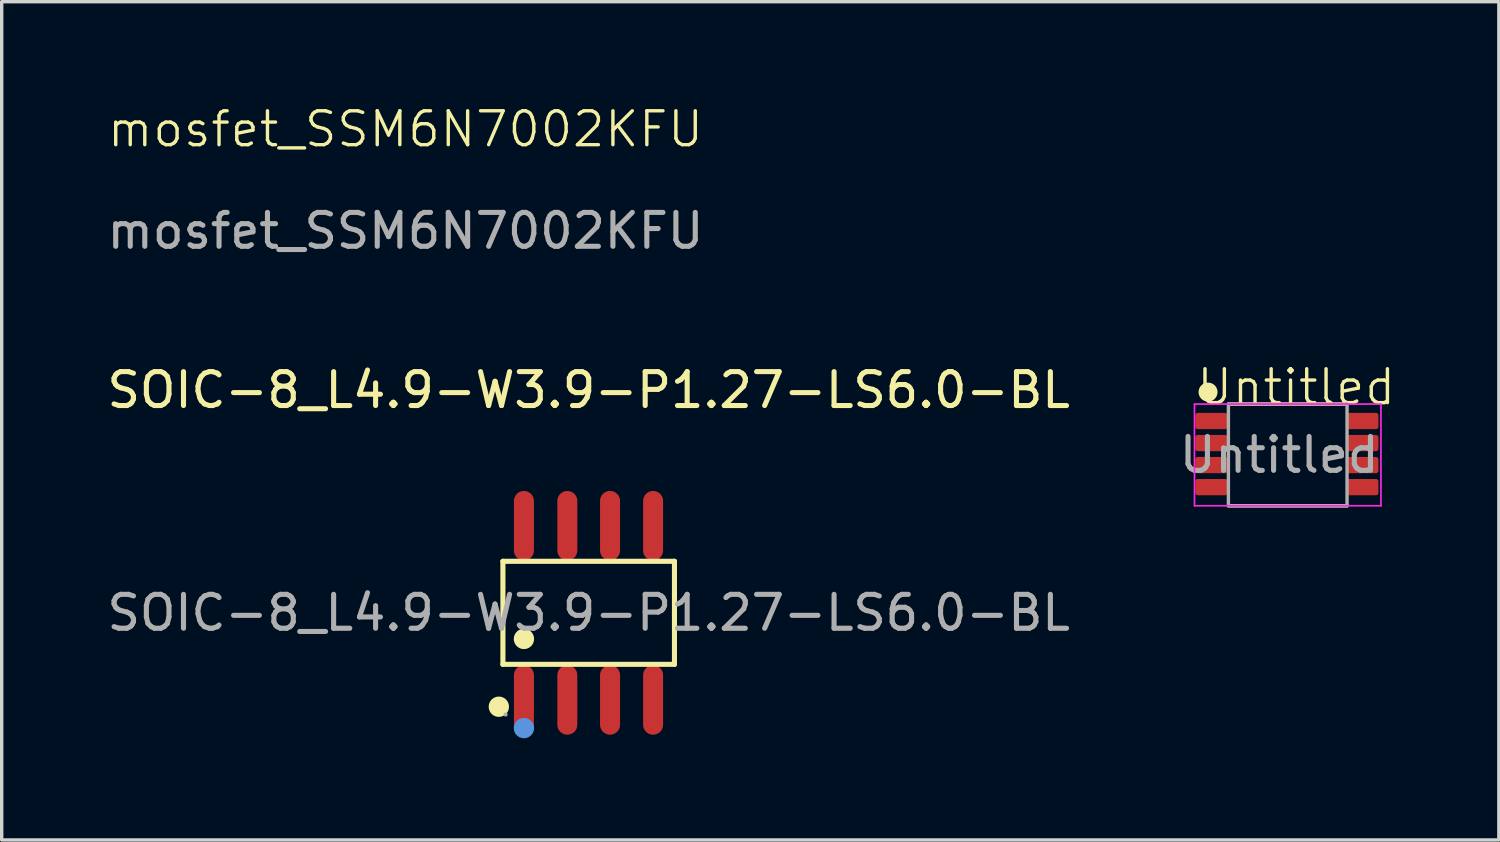
<source format=kicad_pcb>
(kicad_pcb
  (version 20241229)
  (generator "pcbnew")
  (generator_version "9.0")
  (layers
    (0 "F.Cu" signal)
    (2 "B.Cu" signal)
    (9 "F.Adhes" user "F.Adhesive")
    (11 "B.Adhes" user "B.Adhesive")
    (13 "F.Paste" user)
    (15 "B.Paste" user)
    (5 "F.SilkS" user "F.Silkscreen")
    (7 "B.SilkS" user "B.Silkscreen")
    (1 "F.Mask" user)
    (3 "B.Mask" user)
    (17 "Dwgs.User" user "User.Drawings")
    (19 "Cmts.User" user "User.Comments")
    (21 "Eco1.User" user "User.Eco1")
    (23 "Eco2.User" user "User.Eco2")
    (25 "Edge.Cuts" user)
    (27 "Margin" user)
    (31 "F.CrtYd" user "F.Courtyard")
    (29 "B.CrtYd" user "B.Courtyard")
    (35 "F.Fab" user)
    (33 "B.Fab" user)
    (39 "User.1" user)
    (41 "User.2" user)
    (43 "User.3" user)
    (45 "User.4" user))
  (footprint "mosfet_SSM6N7002KFU"
    (layer "F.Cu")
    (at 8.911 1.26)
    (property "Reference" "mosfet_SSM6N7002KFU" (at 0 -0.5 0) (unlocked yes) (layer "F.SilkS") (effects (font (size 1 1) (thickness 0.1))))
    (attr smd)
    (fp_text user "${REFERENCE}" (at 0 2.5 0) (unlocked yes) (layer "F.Fab") (effects (font (size 1 1) (thickness 0.15)))))
  (footprint "SOIC-8_L4.9-W3.9-P1.27-LS6.0-BL"
    (layer "F.Cu")
    (at 14.315 15.027)
    (property "Reference" "SOIC-8_L4.9-W3.9-P1.27-LS6.0-BL" (at 0 -6.57 0) (layer "F.SilkS") (effects (font (size 1 1) (thickness 0.15))))
    (attr smd)
    (fp_line (start -2.53 -1.52) (end 2.53 -1.52) (stroke (width 0.15) (type solid)) (layer "F.SilkS"))
    (fp_line (start -2.53 1.52) (end -2.53 -1.52) (stroke (width 0.15) (type solid)) (layer "F.SilkS"))
    (fp_line (start 2.53 -1.52) (end 2.53 1.52) (stroke (width 0.15) (type solid)) (layer "F.SilkS"))
    (fp_line (start 2.53 1.52) (end -2.53 1.52) (stroke (width 0.15) (type solid)) (layer "F.SilkS"))
    (fp_circle (center -2.65 2.77) (end -2.5 2.77) (stroke (width 0.3) (type solid)) (fill no) (layer "F.SilkS"))
    (fp_circle (center -1.91 0.77) (end -1.76 0.77) (stroke (width 0.3) (type solid)) (fill no) (layer "F.SilkS"))
    (fp_circle (center -1.91 3.4) (end -1.76 3.4) (stroke (width 0.3) (type solid)) (fill no) (layer "Cmts.User"))
    (fp_circle (center -2.45 3) (end -2.42 3) (stroke (width 0.06) (type solid)) (fill no) (layer "F.Fab"))
    (fp_text user "${REFERENCE}" (at 0 0 0) (layer "F.Fab") (effects (font (size 1 1) (thickness 0.15))))
    (pad "1" smd oval (at -1.91 2.57) (size 0.59 2.05) (layers "F.Cu" "F.Mask" "F.Paste"))
    (pad "2" smd oval (at -0.63 2.57) (size 0.59 2.05) (layers "F.Cu" "F.Mask" "F.Paste"))
    (pad "3" smd oval (at 0.63 2.57) (size 0.59 2.05) (layers "F.Cu" "F.Mask" "F.Paste"))
    (pad "4" smd oval (at 1.9 2.57) (size 0.59 2.05) (layers "F.Cu" "F.Mask" "F.Paste"))
    (pad "5" smd oval (at 1.9 -2.57) (size 0.59 2.05) (layers "F.Cu" "F.Mask" "F.Paste"))
    (pad "6" smd oval (at 0.63 -2.57) (size 0.59 2.05) (layers "F.Cu" "F.Mask" "F.Paste"))
    (pad "7" smd oval (at -0.63 -2.57) (size 0.59 2.05) (layers "F.Cu" "F.Mask" "F.Paste"))
    (pad "8" smd oval (at -1.91 -2.57) (size 0.59 2.05) (layers "F.Cu" "F.Mask" "F.Paste")))
  (footprint "Untitled"
    (layer "F.Cu")
    (at 35.185 10.369)
    (property "Reference" "Untitled" (at 0 -2 0) (unlocked yes) (layer "F.SilkS") (effects (font (size 1 1) (thickness 0.1))))
    (attr smd)
    (fp_line (start -2 -1.5) (end 1.5 -1.5) (stroke (width 0.1) (type default)) (layer "F.SilkS"))
    (fp_line (start 1.5 1.5) (end -2 1.5) (stroke (width 0.1) (type default)) (layer "F.SilkS"))
    (fp_circle (center -2.6 -1.853) (end -2.714 -1.653) (stroke (width 0.1) (type solid)) (fill yes) (layer "F.SilkS"))
    (fp_line (start -3 -1.5) (end -3 1.5) (stroke (width 0.05) (type default)) (layer "F.CrtYd"))
    (fp_line (start -3 1.5) (end 2.5 1.5) (stroke (width 0.05) (type default)) (layer "F.CrtYd"))
    (fp_line (start 2.5 -1.5) (end -3 -1.5) (stroke (width 0.05) (type default)) (layer "F.CrtYd"))
    (fp_line (start 2.5 1.5) (end 2.5 -1.5) (stroke (width 0.05) (type default)) (layer "F.CrtYd"))
    (fp_line (start -2 -1.5) (end -2 1.5) (stroke (width 0.1) (type default)) (layer "F.Fab"))
    (fp_line (start -2 1.5) (end 1.5 1.5) (stroke (width 0.1) (type default)) (layer "F.Fab"))
    (fp_line (start 1.5 -1.5) (end -2 -1.5) (stroke (width 0.1) (type default)) (layer "F.Fab"))
    (fp_line (start 1.5 1.5) (end 1.5 -1.5) (stroke (width 0.1) (type default)) (layer "F.Fab"))
    (fp_text user "${REFERENCE}" (at -0.5 0 0) (unlocked yes) (layer "F.Fab") (effects (font (size 1 1) (thickness 0.15))))
    (pad "1" smd roundrect (at -2.5 -1) (size 0.95 0.48) (layers "F.Cu" "F.Mask" "F.Paste") (roundrect_rratio 0.15))
    (pad "2" smd roundrect (at -2.5 -0.35) (size 0.95 0.48) (layers "F.Cu" "F.Mask" "F.Paste") (roundrect_rratio 0.15))
    (pad "3" smd roundrect (at -2.5 0.3) (size 0.95 0.48) (layers "F.Cu" "F.Mask" "F.Paste") (roundrect_rratio 0.15))
    (pad "4" smd roundrect (at -2.5 0.95) (size 0.95 0.48) (layers "F.Cu" "F.Mask" "F.Paste") (roundrect_rratio 0.15))
    (pad "5" smd roundrect (at 1.95 0.95) (size 0.95 0.48) (layers "F.Cu" "F.Mask" "F.Paste") (roundrect_rratio 0.15))
    (pad "6" smd roundrect (at 1.95 0.3) (size 0.95 0.48) (layers "F.Cu" "F.Mask" "F.Paste") (roundrect_rratio 0.15))
    (pad "7" smd roundrect (at 1.95 -0.35) (size 0.95 0.48) (layers "F.Cu" "F.Mask" "F.Paste") (roundrect_rratio 0.15))
    (pad "8" smd roundrect (at 1.95 -1) (size 0.95 0.48) (layers "F.Cu" "F.Mask" "F.Paste") (roundrect_rratio 0.15)))
  (gr_rect
    (start -3 -3)
    (end 41.163 21.727)
    (stroke (width 0.1) (type default))
    (fill no)
    (layer "Edge.Cuts")))
</source>
